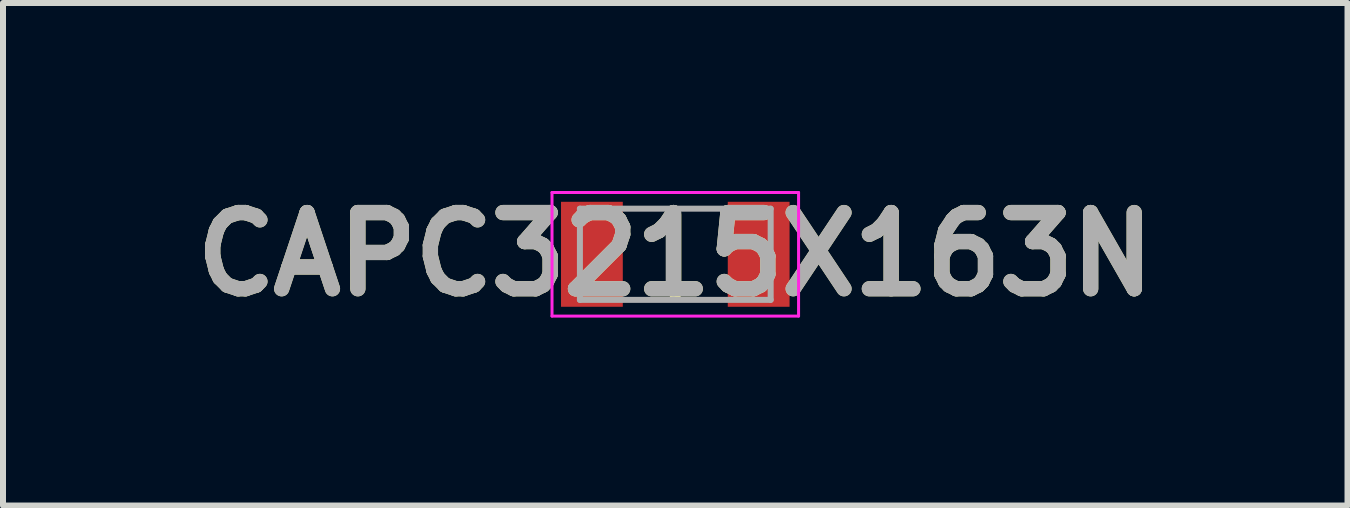
<source format=kicad_pcb>
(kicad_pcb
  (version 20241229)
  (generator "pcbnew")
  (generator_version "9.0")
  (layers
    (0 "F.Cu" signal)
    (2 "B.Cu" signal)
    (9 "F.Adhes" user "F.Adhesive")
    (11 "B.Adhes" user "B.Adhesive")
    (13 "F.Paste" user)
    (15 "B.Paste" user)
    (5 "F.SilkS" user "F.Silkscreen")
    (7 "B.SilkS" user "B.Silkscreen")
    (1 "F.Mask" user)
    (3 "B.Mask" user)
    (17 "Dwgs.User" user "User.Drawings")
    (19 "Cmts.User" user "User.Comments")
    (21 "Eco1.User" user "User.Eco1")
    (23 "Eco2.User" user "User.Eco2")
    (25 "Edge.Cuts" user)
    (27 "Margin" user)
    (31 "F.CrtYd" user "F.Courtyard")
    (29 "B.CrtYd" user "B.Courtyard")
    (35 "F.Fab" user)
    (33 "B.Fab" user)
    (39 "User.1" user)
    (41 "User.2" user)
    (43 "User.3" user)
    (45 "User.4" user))
  (footprint "CAPC3215X163N"
    (layer "F.Cu")
    (at 8.207 1.189)
    (property "Reference" "CAPC3215X163N" (at 0 0 0) (layer "F.SilkS") (effects (font (size 1.27 1.27) (thickness 0.254))))
    (attr smd)
    (fp_line (start 0 -0.66) (end 0 0.66) (stroke (width 0.2) (type solid)) (layer "F.SilkS"))
    (fp_line (start -2.055 -1.03) (end 2.055 -1.03) (stroke (width 0.05) (type solid)) (layer "F.CrtYd"))
    (fp_line (start -2.055 1.03) (end -2.055 -1.03) (stroke (width 0.05) (type solid)) (layer "F.CrtYd"))
    (fp_line (start 2.055 -1.03) (end 2.055 1.03) (stroke (width 0.05) (type solid)) (layer "F.CrtYd"))
    (fp_line (start 2.055 1.03) (end -2.055 1.03) (stroke (width 0.05) (type solid)) (layer "F.CrtYd"))
    (fp_line (start -1.59 -0.76) (end 1.59 -0.76) (stroke (width 0.1) (type solid)) (layer "F.Fab"))
    (fp_line (start -1.59 0.76) (end -1.59 -0.76) (stroke (width 0.1) (type solid)) (layer "F.Fab"))
    (fp_line (start 1.59 -0.76) (end 1.59 0.76) (stroke (width 0.1) (type solid)) (layer "F.Fab"))
    (fp_line (start 1.59 0.76) (end -1.59 0.76) (stroke (width 0.1) (type solid)) (layer "F.Fab"))
    (fp_text user "${REFERENCE}" (at 0 0 0) (layer "F.Fab") (effects (font (size 1.27 1.27) (thickness 0.254))))
    (pad "1" smd rect (at -1.39 0) (size 1.03 1.75) (layers "F.Cu" "F.Mask" "F.Paste"))
    (pad "2" smd rect (at 1.39 0) (size 1.03 1.75) (layers "F.Cu" "F.Mask" "F.Paste")))
  (gr_rect
    (start -3 -3)
    (end 19.413 5.377)
    (stroke (width 0.1) (type default))
    (fill no)
    (layer "Edge.Cuts")))
</source>
